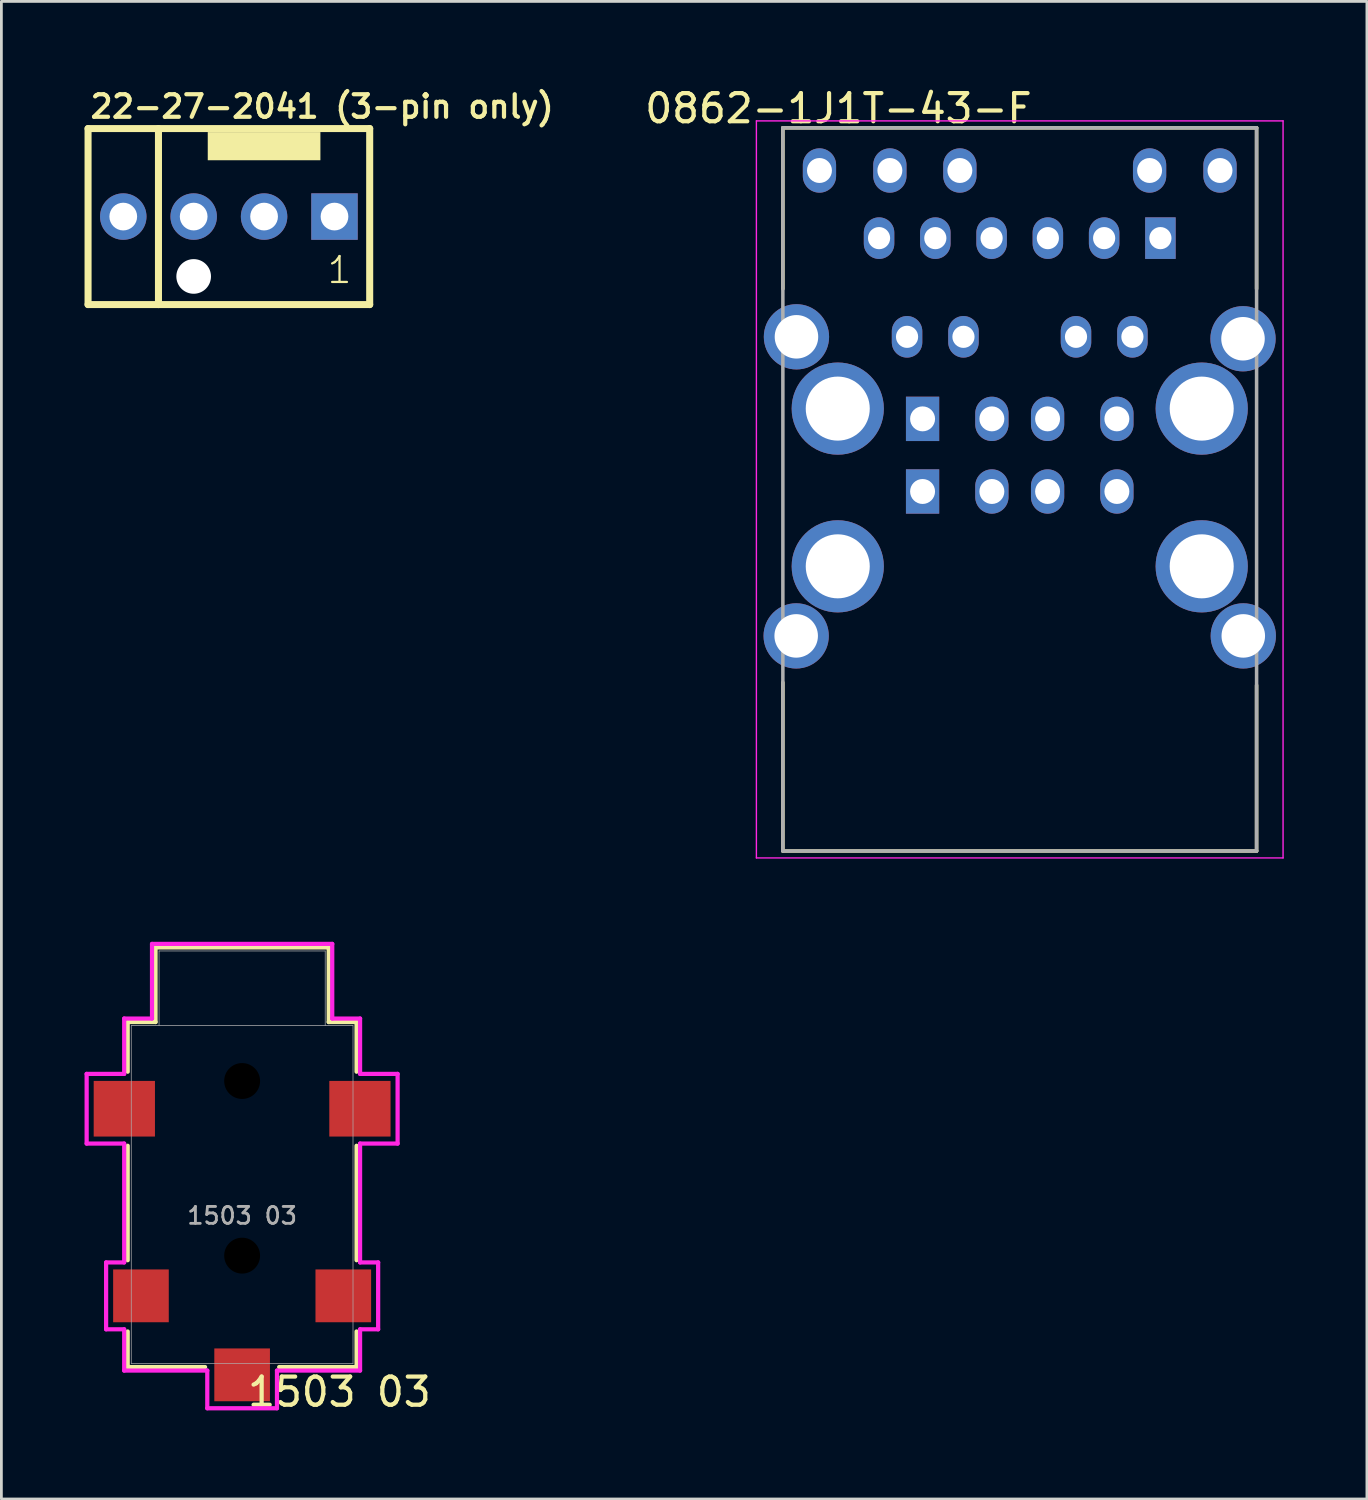
<source format=kicad_pcb>
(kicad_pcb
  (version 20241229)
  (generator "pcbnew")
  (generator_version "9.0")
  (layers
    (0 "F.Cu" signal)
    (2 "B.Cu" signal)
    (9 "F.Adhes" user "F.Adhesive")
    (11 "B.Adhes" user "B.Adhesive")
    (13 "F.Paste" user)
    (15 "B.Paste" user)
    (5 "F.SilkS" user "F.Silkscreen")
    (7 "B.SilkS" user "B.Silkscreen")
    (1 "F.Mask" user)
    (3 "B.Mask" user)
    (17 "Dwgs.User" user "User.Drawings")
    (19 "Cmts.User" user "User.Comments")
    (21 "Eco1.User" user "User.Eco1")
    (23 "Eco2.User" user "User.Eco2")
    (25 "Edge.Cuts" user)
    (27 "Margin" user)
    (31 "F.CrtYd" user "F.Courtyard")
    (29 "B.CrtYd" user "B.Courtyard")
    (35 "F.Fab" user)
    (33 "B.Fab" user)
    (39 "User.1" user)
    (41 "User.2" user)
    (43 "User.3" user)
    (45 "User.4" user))
  (footprint "22-27-2041 (3-pin only)"
    (layer "F.Cu")
    (at 5.207 4.763)
    (property "Reference" "22-27-2041 (3-pin only)" (at -5.08 -3.493 0) (layer "F.SilkS") (effects (font (size 0.813 0.813) (thickness 0.152) (bold yes)) (justify left bottom)))
    (attr through_hole)
    (fp_line (start -5.08 -3.175) (end 5.08 -3.175) (stroke (width 0.254) (type solid)) (layer "F.SilkS"))
    (fp_line (start -5.08 3.175) (end -5.08 -3.175) (stroke (width 0.254) (type solid)) (layer "F.SilkS"))
    (fp_line (start -2.54 -3.175) (end -2.54 3.175) (stroke (width 0.254) (type solid)) (layer "F.SilkS"))
    (fp_line (start 5.08 -3.175) (end 5.08 3.175) (stroke (width 0.254) (type solid)) (layer "F.SilkS"))
    (fp_line (start 5.08 3.175) (end -5.08 3.175) (stroke (width 0.254) (type solid)) (layer "F.SilkS"))
    (fp_poly (pts (xy -0.762 -2.032) (xy 3.302 -2.032) (xy 3.302 -3.048) (xy -0.762 -3.048)) (stroke (width 0) (type default)) (fill yes) (layer "F.SilkS"))
    (fp_text user "1" (at 3.493 2.477 0) (layer "F.SilkS") (effects (font (size 0.935 0.935) (thickness 0.081)) (justify left bottom)))
    (pad "" np_thru_hole circle (at -1.27 2.16) (size 1.25 1.25) (drill 1.25) (layers "*.Cu" "*.Mask"))
    (pad "1" thru_hole rect (at 3.81 0 90) (size 1.676 1.676) (drill 1) (layers "*.Cu" "*.Mask"))
    (pad "2" thru_hole circle (at 1.27 0 90) (size 1.676 1.676) (drill 1) (layers "*.Cu" "*.Mask"))
    (pad "3" thru_hole circle (at -1.27 0 90) (size 1.676 1.676) (drill 1) (layers "*.Cu" "*.Mask"))
    (pad "4" thru_hole circle (at -3.81 0 90) (size 1.676 1.676) (drill 1) (layers "*.Cu" "*.Mask")))
  (footprint "1503 03"
    (layer "F.Cu")
    (at 5.685 40.045)
    (property "Reference" "1503 03" (at 3.51 7.12 0) (unlocked yes) (layer "F.SilkS") (effects (font (size 1.016 1.016) (thickness 0.152))))
    (attr smd)
    (fp_line (start -4.128 -6.223) (end -3.124 -6.223) (stroke (width 0.152) (type solid)) (layer "F.SilkS"))
    (fp_line (start -4.128 -4.432) (end -4.128 -6.223) (stroke (width 0.152) (type solid)) (layer "F.SilkS"))
    (fp_line (start -4.128 2.369) (end -4.128 -1.76) (stroke (width 0.152) (type solid)) (layer "F.SilkS"))
    (fp_line (start -4.128 6.223) (end -4.128 4.939) (stroke (width 0.152) (type solid)) (layer "F.SilkS"))
    (fp_line (start -3.124 -8.915) (end 3.124 -8.915) (stroke (width 0.152) (type solid)) (layer "F.SilkS"))
    (fp_line (start -3.124 -6.223) (end -3.124 -8.915) (stroke (width 0.152) (type solid)) (layer "F.SilkS"))
    (fp_line (start -1.336 6.223) (end -4.128 6.223) (stroke (width 0.152) (type solid)) (layer "F.SilkS"))
    (fp_line (start 3.124 -8.915) (end 3.124 -6.223) (stroke (width 0.152) (type solid)) (layer "F.SilkS"))
    (fp_line (start 3.124 -6.223) (end 4.128 -6.223) (stroke (width 0.152) (type solid)) (layer "F.SilkS"))
    (fp_line (start 4.128 -6.223) (end 4.128 -4.432) (stroke (width 0.152) (type solid)) (layer "F.SilkS"))
    (fp_line (start 4.128 -1.76) (end 4.128 2.369) (stroke (width 0.152) (type solid)) (layer "F.SilkS"))
    (fp_line (start 4.128 4.939) (end 4.128 6.223) (stroke (width 0.152) (type solid)) (layer "F.SilkS"))
    (fp_line (start 4.128 6.223) (end 1.336 6.223) (stroke (width 0.152) (type solid)) (layer "F.SilkS"))
    (fp_line (start -5.609 -4.353) (end -5.609 -1.839) (stroke (width 0.152) (type solid)) (layer "F.CrtYd"))
    (fp_line (start -5.609 -1.839) (end -4.255 -1.839) (stroke (width 0.152) (type solid)) (layer "F.CrtYd"))
    (fp_line (start -4.907 2.448) (end -4.907 4.861) (stroke (width 0.152) (type solid)) (layer "F.CrtYd"))
    (fp_line (start -4.907 4.861) (end -4.255 4.861) (stroke (width 0.152) (type solid)) (layer "F.CrtYd"))
    (fp_line (start -4.255 -6.35) (end -4.255 -4.353) (stroke (width 0.152) (type solid)) (layer "F.CrtYd"))
    (fp_line (start -4.255 -4.353) (end -5.609 -4.353) (stroke (width 0.152) (type solid)) (layer "F.CrtYd"))
    (fp_line (start -4.255 -1.839) (end -4.255 2.448) (stroke (width 0.152) (type solid)) (layer "F.CrtYd"))
    (fp_line (start -4.255 2.448) (end -4.907 2.448) (stroke (width 0.152) (type solid)) (layer "F.CrtYd"))
    (fp_line (start -4.255 4.861) (end -4.255 6.35) (stroke (width 0.152) (type solid)) (layer "F.CrtYd"))
    (fp_line (start -4.255 6.35) (end -1.257 6.35) (stroke (width 0.152) (type solid)) (layer "F.CrtYd"))
    (fp_line (start -3.251 -9.042) (end -3.251 -6.35) (stroke (width 0.152) (type solid)) (layer "F.CrtYd"))
    (fp_line (start -3.251 -6.35) (end -4.255 -6.35) (stroke (width 0.152) (type solid)) (layer "F.CrtYd"))
    (fp_line (start -1.257 6.35) (end -1.257 7.71) (stroke (width 0.152) (type solid)) (layer "F.CrtYd"))
    (fp_line (start -1.257 7.71) (end 1.257 7.71) (stroke (width 0.152) (type solid)) (layer "F.CrtYd"))
    (fp_line (start 1.257 6.35) (end 4.255 6.35) (stroke (width 0.152) (type solid)) (layer "F.CrtYd"))
    (fp_line (start 1.257 7.71) (end 1.257 6.35) (stroke (width 0.152) (type solid)) (layer "F.CrtYd"))
    (fp_line (start 3.251 -9.042) (end -3.251 -9.042) (stroke (width 0.152) (type solid)) (layer "F.CrtYd"))
    (fp_line (start 3.251 -6.35) (end 3.251 -9.042) (stroke (width 0.152) (type solid)) (layer "F.CrtYd"))
    (fp_line (start 4.255 -6.35) (end 3.251 -6.35) (stroke (width 0.152) (type solid)) (layer "F.CrtYd"))
    (fp_line (start 4.255 -4.353) (end 4.255 -6.35) (stroke (width 0.152) (type solid)) (layer "F.CrtYd"))
    (fp_line (start 4.255 -1.839) (end 5.609 -1.839) (stroke (width 0.152) (type solid)) (layer "F.CrtYd"))
    (fp_line (start 4.255 2.448) (end 4.255 -1.839) (stroke (width 0.152) (type solid)) (layer "F.CrtYd"))
    (fp_line (start 4.255 4.861) (end 4.907 4.861) (stroke (width 0.152) (type solid)) (layer "F.CrtYd"))
    (fp_line (start 4.255 6.35) (end 4.255 4.861) (stroke (width 0.152) (type solid)) (layer "F.CrtYd"))
    (fp_line (start 4.907 2.448) (end 4.255 2.448) (stroke (width 0.152) (type solid)) (layer "F.CrtYd"))
    (fp_line (start 4.907 4.861) (end 4.907 2.448) (stroke (width 0.152) (type solid)) (layer "F.CrtYd"))
    (fp_line (start 5.609 -4.353) (end 4.255 -4.353) (stroke (width 0.152) (type solid)) (layer "F.CrtYd"))
    (fp_line (start 5.609 -1.839) (end 5.609 -4.353) (stroke (width 0.152) (type solid)) (layer "F.CrtYd"))
    (fp_line (start -4 -6.096) (end -4 6.096) (stroke (width 0.025) (type solid)) (layer "F.Fab"))
    (fp_line (start -4 6.096) (end 4 6.096) (stroke (width 0.025) (type solid)) (layer "F.Fab"))
    (fp_line (start -2.997 -6.096) (end -2.997 -8.788) (stroke (width 0.025) (type solid)) (layer "F.Fab"))
    (fp_line (start 2.997 -8.788) (end -2.997 -8.788) (stroke (width 0.025) (type solid)) (layer "F.Fab"))
    (fp_line (start 2.997 -8.788) (end 2.997 -6.096) (stroke (width 0.025) (type solid)) (layer "F.Fab"))
    (fp_line (start 4 -6.096) (end -4 -6.096) (stroke (width 0.025) (type solid)) (layer "F.Fab"))
    (fp_line (start 4 6.096) (end 4 -6.096) (stroke (width 0.025) (type solid)) (layer "F.Fab"))
    (fp_text user "${REFERENCE}" (at 0 0.762 0) (unlocked yes) (layer "F.Fab") (effects (font (size 0.61 0.61) (thickness 0.102) (bold yes))))
    (pad "" np_thru_hole circle (at 0 -4.096) (size 1.295 1.295) (drill 1.295) (layers))
    (pad "" np_thru_hole circle (at 0 2.204) (size 1.295 1.295) (drill 1.295) (layers))
    (pad "1" smd rect (at -3.65 3.654) (size 2.007 1.905) (layers "F.Cu" "F.Mask" "F.Paste"))
    (pad "2" smd rect (at 0 6.504) (size 2.007 1.905) (layers "F.Cu" "F.Mask" "F.Paste"))
    (pad "3" smd rect (at 3.65 3.654) (size 2.007 1.905) (layers "F.Cu" "F.Mask" "F.Paste"))
    (pad "4" smd rect (at -4.25 -3.096) (size 2.21 2.007) (layers "F.Cu" "F.Mask" "F.Paste"))
    (pad "5" smd rect (at 4.25 -3.096) (size 2.21 2.007) (layers "F.Cu" "F.Mask" "F.Paste")))
  (footprint "0862-1J1T-43-F"
    (layer "F.Cu")
    (at 33.738 13.371)
    (property "Reference" "0862-1J1T-43-F" (at -6.54 -12.509 0) (layer "F.SilkS") (effects (font (size 1.016 1.016) (thickness 0.152))))
    (attr through_hole)
    (fp_line (start -8.545 -6) (end -8.545 -11.81) (stroke (width 0.127) (type solid)) (layer "F.SilkS"))
    (fp_line (start -8.545 8.2) (end -8.545 14.28) (stroke (width 0.127) (type solid)) (layer "F.SilkS"))
    (fp_line (start -8.545 14.28) (end 8.545 14.28) (stroke (width 0.127) (type solid)) (layer "F.SilkS"))
    (fp_line (start 8.545 -11.81) (end -8.545 -11.81) (stroke (width 0.127) (type solid)) (layer "F.SilkS"))
    (fp_line (start 8.545 -6) (end 8.545 -11.81) (stroke (width 0.127) (type solid)) (layer "F.SilkS"))
    (fp_line (start 8.545 14.28) (end 8.545 8.3) (stroke (width 0.127) (type solid)) (layer "F.SilkS"))
    (fp_line (start -9.5 -12.06) (end 9.5 -12.06) (stroke (width 0.05) (type solid)) (layer "F.CrtYd"))
    (fp_line (start -9.5 14.53) (end -9.5 -12.06) (stroke (width 0.05) (type solid)) (layer "F.CrtYd"))
    (fp_line (start 9.5 -12.06) (end 9.5 14.53) (stroke (width 0.05) (type solid)) (layer "F.CrtYd"))
    (fp_line (start 9.5 14.53) (end -9.5 14.53) (stroke (width 0.05) (type solid)) (layer "F.CrtYd"))
    (fp_line (start -8.545 -11.81) (end -8.545 14.28) (stroke (width 0.127) (type solid)) (layer "F.Fab"))
    (fp_line (start -8.545 14.28) (end 8.545 14.28) (stroke (width 0.127) (type solid)) (layer "F.Fab"))
    (fp_line (start 8.545 -11.81) (end -8.545 -11.81) (stroke (width 0.127) (type solid)) (layer "F.Fab"))
    (fp_line (start 8.545 14.28) (end 8.545 -11.81) (stroke (width 0.127) (type solid)) (layer "F.Fab"))
    (pad "1" thru_hole rect (at 5.075 -7.83) (size 1.1 1.5) (drill 0.8) (layers "*.Cu" "*.Mask"))
    (pad "2" thru_hole oval (at 3.045 -7.83) (size 1.1 1.5) (drill 0.8) (layers "*.Cu" "*.Mask"))
    (pad "3" thru_hole oval (at 1.015 -7.83) (size 1.1 1.5) (drill 0.8) (layers "*.Cu" "*.Mask"))
    (pad "4" thru_hole oval (at -1.015 -7.83) (size 1.1 1.5) (drill 0.8) (layers "*.Cu" "*.Mask"))
    (pad "5" thru_hole oval (at -3.045 -7.83) (size 1.1 1.5) (drill 0.8) (layers "*.Cu" "*.Mask"))
    (pad "6" thru_hole oval (at -5.075 -7.83) (size 1.1 1.5) (drill 0.8) (layers "*.Cu" "*.Mask"))
    (pad "7" thru_hole oval (at 4.065 -4.27) (size 1.1 1.5) (drill 0.8) (layers "*.Cu" "*.Mask"))
    (pad "8" thru_hole oval (at 2.03 -4.27) (size 1.1 1.5) (drill 0.8) (layers "*.Cu" "*.Mask"))
    (pad "9" thru_hole oval (at -2.03 -4.27) (size 1.1 1.5) (drill 0.8) (layers "*.Cu" "*.Mask"))
    (pad "10" thru_hole oval (at -4.065 -4.27) (size 1.1 1.5) (drill 0.8) (layers "*.Cu" "*.Mask"))
    (pad "11" thru_hole oval (at 7.225 -10.27) (size 1.2 1.6) (drill 0.9) (layers "*.Cu" "*.Mask"))
    (pad "12" thru_hole oval (at 4.685 -10.27) (size 1.2 1.6) (drill 0.9) (layers "*.Cu" "*.Mask"))
    (pad "13" thru_hole oval (at -2.16 -10.27) (size 1.2 1.6) (drill 0.9) (layers "*.Cu" "*.Mask"))
    (pad "14" thru_hole oval (at -4.685 -10.27) (size 1.2 1.6) (drill 0.9) (layers "*.Cu" "*.Mask"))
    (pad "15" thru_hole oval (at -7.225 -10.27) (size 1.2 1.6) (drill 0.9) (layers "*.Cu" "*.Mask"))
    (pad "B1" thru_hole rect (at -3.505 1.31) (size 1.2 1.6) (drill 0.9) (layers "*.Cu" "*.Mask"))
    (pad "B2" thru_hole oval (at -1.005 1.31) (size 1.2 1.6) (drill 0.9) (layers "*.Cu" "*.Mask"))
    (pad "B3" thru_hole oval (at 1.005 1.31) (size 1.2 1.6) (drill 0.9) (layers "*.Cu" "*.Mask"))
    (pad "B4" thru_hole oval (at 3.505 1.31) (size 1.2 1.6) (drill 0.9) (layers "*.Cu" "*.Mask"))
    (pad "SH" thru_hole circle (at -8.065 6.52) (size 2.355 2.355) (drill 1.57) (layers "*.Cu" "*.Mask"))
    (pad "SH" thru_hole circle (at -8.055 -4.27) (size 2.355 2.355) (drill 1.57) (layers "*.Cu" "*.Mask"))
    (pad "SH" thru_hole circle (at -6.565 -1.68) (size 3.326 3.326) (drill 2.31) (layers "*.Cu" "*.Mask"))
    (pad "SH" thru_hole circle (at -6.565 4.01) (size 3.326 3.326) (drill 2.31) (layers "*.Cu" "*.Mask"))
    (pad "SH" thru_hole circle (at 6.565 -1.68) (size 3.326 3.326) (drill 2.31) (layers "*.Cu" "*.Mask"))
    (pad "SH" thru_hole circle (at 6.565 4.01) (size 3.326 3.326) (drill 2.31) (layers "*.Cu" "*.Mask"))
    (pad "SH" thru_hole circle (at 8.055 -4.2) (size 2.355 2.355) (drill 1.57) (layers "*.Cu" "*.Mask"))
    (pad "SH" thru_hole circle (at 8.065 6.52) (size 2.355 2.355) (drill 1.57) (layers "*.Cu" "*.Mask"))
    (pad "T1" thru_hole rect (at -3.505 -1.31) (size 1.2 1.6) (drill 0.9) (layers "*.Cu" "*.Mask"))
    (pad "T2" thru_hole oval (at -1.005 -1.31) (size 1.2 1.6) (drill 0.9) (layers "*.Cu" "*.Mask"))
    (pad "T3" thru_hole oval (at 1.005 -1.31) (size 1.2 1.6) (drill 0.9) (layers "*.Cu" "*.Mask"))
    (pad "T4" thru_hole oval (at 3.505 -1.31) (size 1.2 1.6) (drill 0.9) (layers "*.Cu" "*.Mask")))
  (gr_rect
    (start -3 -3)
    (end 46.263 51.027)
    (stroke (width 0.1) (type default))
    (fill no)
    (layer "Edge.Cuts")))
</source>
